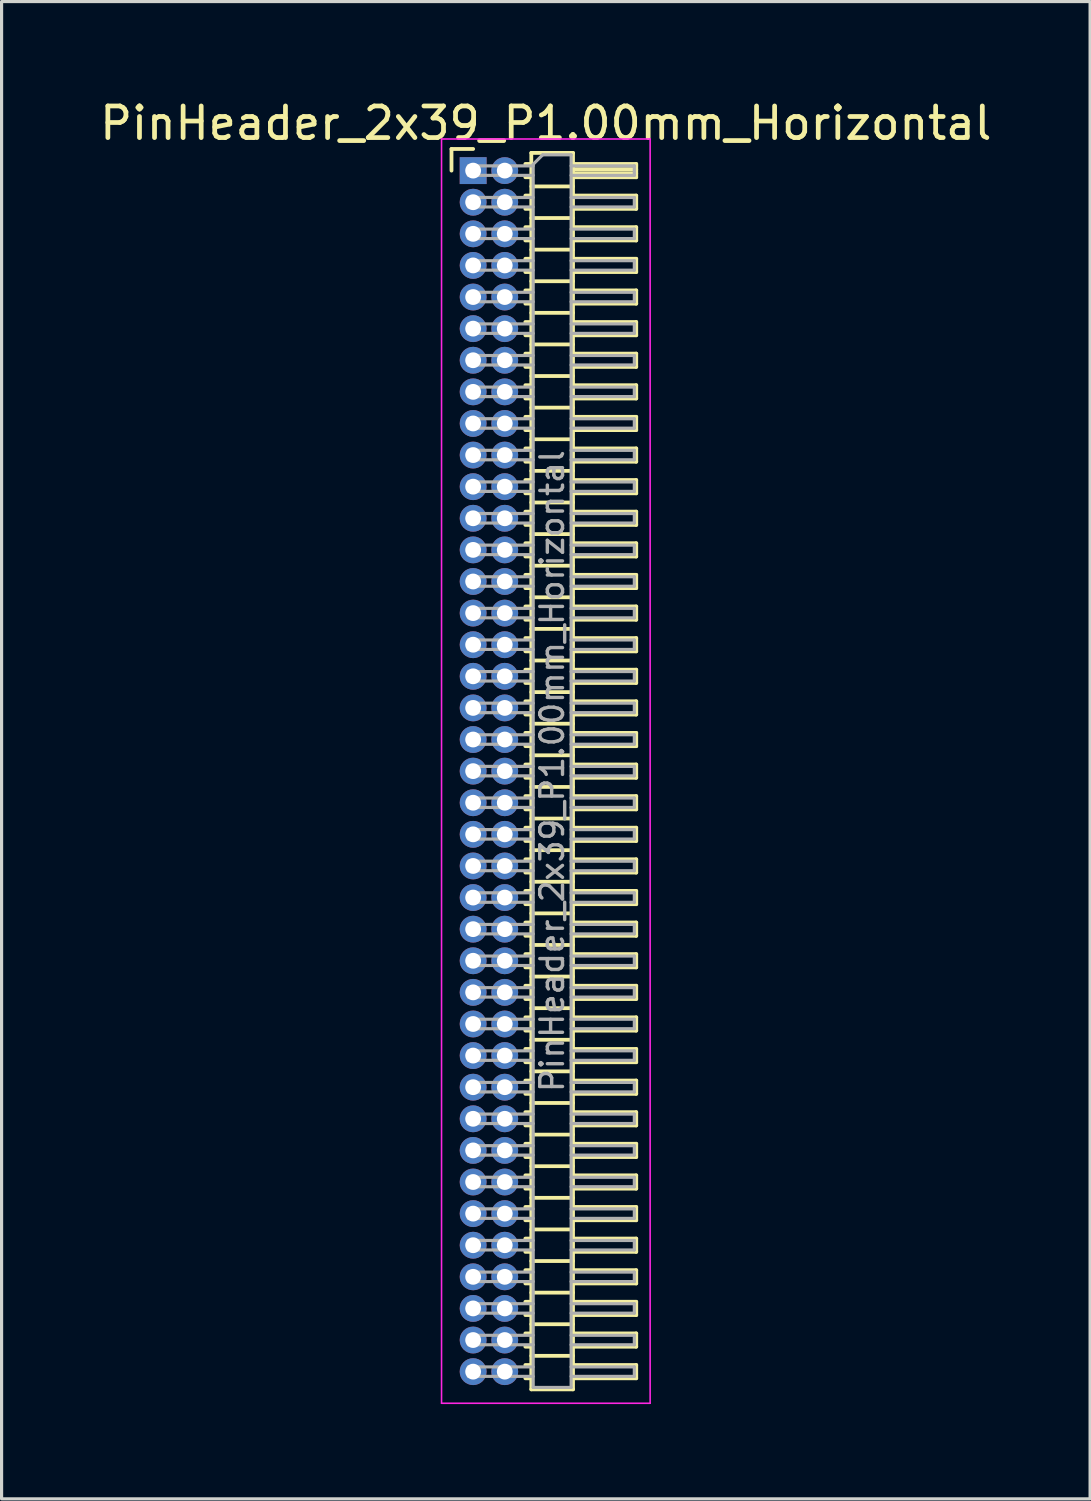
<source format=kicad_pcb>
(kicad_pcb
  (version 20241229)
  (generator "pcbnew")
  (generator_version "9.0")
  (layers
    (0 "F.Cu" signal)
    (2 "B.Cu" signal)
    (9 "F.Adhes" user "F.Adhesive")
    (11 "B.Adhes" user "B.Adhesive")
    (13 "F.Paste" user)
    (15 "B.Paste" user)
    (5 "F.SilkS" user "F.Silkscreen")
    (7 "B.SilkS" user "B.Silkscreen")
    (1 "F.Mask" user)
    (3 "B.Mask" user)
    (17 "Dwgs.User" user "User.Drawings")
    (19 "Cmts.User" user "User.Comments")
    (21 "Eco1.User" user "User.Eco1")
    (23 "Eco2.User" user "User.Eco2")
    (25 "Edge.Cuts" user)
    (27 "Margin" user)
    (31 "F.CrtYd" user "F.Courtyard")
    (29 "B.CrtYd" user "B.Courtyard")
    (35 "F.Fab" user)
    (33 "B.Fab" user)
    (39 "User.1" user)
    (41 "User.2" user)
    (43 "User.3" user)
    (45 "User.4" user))
  (footprint "PinHeader_2x39_P1.00mm_Horizontal"
    (layer "F.Cu")
    (at 11.92 2.348)
    (property "Reference" "PinHeader_2x39_P1.00mm_Horizontal" (at 2.3 -1.5 0) (layer "F.SilkS") (effects (font (size 1 1) (thickness 0.15))))
    (attr through_hole)
    (fp_line (start -0.685 -0.685) (end 0 -0.685) (stroke (width 0.12) (type solid)) (layer "F.SilkS"))
    (fp_line (start -0.685 0) (end -0.685 -0.685) (stroke (width 0.12) (type solid)) (layer "F.SilkS"))
    (fp_line (start 1.652 -0.21) (end 1.84 -0.21) (stroke (width 0.12) (type solid)) (layer "F.SilkS"))
    (fp_line (start 1.652 0.21) (end 1.84 0.21) (stroke (width 0.12) (type solid)) (layer "F.SilkS"))
    (fp_line (start 1.652 0.79) (end 1.84 0.79) (stroke (width 0.12) (type solid)) (layer "F.SilkS"))
    (fp_line (start 1.652 1.21) (end 1.84 1.21) (stroke (width 0.12) (type solid)) (layer "F.SilkS"))
    (fp_line (start 1.652 1.79) (end 1.84 1.79) (stroke (width 0.12) (type solid)) (layer "F.SilkS"))
    (fp_line (start 1.652 2.21) (end 1.84 2.21) (stroke (width 0.12) (type solid)) (layer "F.SilkS"))
    (fp_line (start 1.652 2.79) (end 1.84 2.79) (stroke (width 0.12) (type solid)) (layer "F.SilkS"))
    (fp_line (start 1.652 3.21) (end 1.84 3.21) (stroke (width 0.12) (type solid)) (layer "F.SilkS"))
    (fp_line (start 1.652 3.79) (end 1.84 3.79) (stroke (width 0.12) (type solid)) (layer "F.SilkS"))
    (fp_line (start 1.652 4.21) (end 1.84 4.21) (stroke (width 0.12) (type solid)) (layer "F.SilkS"))
    (fp_line (start 1.652 4.79) (end 1.84 4.79) (stroke (width 0.12) (type solid)) (layer "F.SilkS"))
    (fp_line (start 1.652 5.21) (end 1.84 5.21) (stroke (width 0.12) (type solid)) (layer "F.SilkS"))
    (fp_line (start 1.652 5.79) (end 1.84 5.79) (stroke (width 0.12) (type solid)) (layer "F.SilkS"))
    (fp_line (start 1.652 6.21) (end 1.84 6.21) (stroke (width 0.12) (type solid)) (layer "F.SilkS"))
    (fp_line (start 1.652 6.79) (end 1.84 6.79) (stroke (width 0.12) (type solid)) (layer "F.SilkS"))
    (fp_line (start 1.652 7.21) (end 1.84 7.21) (stroke (width 0.12) (type solid)) (layer "F.SilkS"))
    (fp_line (start 1.652 7.79) (end 1.84 7.79) (stroke (width 0.12) (type solid)) (layer "F.SilkS"))
    (fp_line (start 1.652 8.21) (end 1.84 8.21) (stroke (width 0.12) (type solid)) (layer "F.SilkS"))
    (fp_line (start 1.652 8.79) (end 1.84 8.79) (stroke (width 0.12) (type solid)) (layer "F.SilkS"))
    (fp_line (start 1.652 9.21) (end 1.84 9.21) (stroke (width 0.12) (type solid)) (layer "F.SilkS"))
    (fp_line (start 1.652 9.79) (end 1.84 9.79) (stroke (width 0.12) (type solid)) (layer "F.SilkS"))
    (fp_line (start 1.652 10.21) (end 1.84 10.21) (stroke (width 0.12) (type solid)) (layer "F.SilkS"))
    (fp_line (start 1.652 10.79) (end 1.84 10.79) (stroke (width 0.12) (type solid)) (layer "F.SilkS"))
    (fp_line (start 1.652 11.21) (end 1.84 11.21) (stroke (width 0.12) (type solid)) (layer "F.SilkS"))
    (fp_line (start 1.652 11.79) (end 1.84 11.79) (stroke (width 0.12) (type solid)) (layer "F.SilkS"))
    (fp_line (start 1.652 12.21) (end 1.84 12.21) (stroke (width 0.12) (type solid)) (layer "F.SilkS"))
    (fp_line (start 1.652 12.79) (end 1.84 12.79) (stroke (width 0.12) (type solid)) (layer "F.SilkS"))
    (fp_line (start 1.652 13.21) (end 1.84 13.21) (stroke (width 0.12) (type solid)) (layer "F.SilkS"))
    (fp_line (start 1.652 13.79) (end 1.84 13.79) (stroke (width 0.12) (type solid)) (layer "F.SilkS"))
    (fp_line (start 1.652 14.21) (end 1.84 14.21) (stroke (width 0.12) (type solid)) (layer "F.SilkS"))
    (fp_line (start 1.652 14.79) (end 1.84 14.79) (stroke (width 0.12) (type solid)) (layer "F.SilkS"))
    (fp_line (start 1.652 15.21) (end 1.84 15.21) (stroke (width 0.12) (type solid)) (layer "F.SilkS"))
    (fp_line (start 1.652 15.79) (end 1.84 15.79) (stroke (width 0.12) (type solid)) (layer "F.SilkS"))
    (fp_line (start 1.652 16.21) (end 1.84 16.21) (stroke (width 0.12) (type solid)) (layer "F.SilkS"))
    (fp_line (start 1.652 16.79) (end 1.84 16.79) (stroke (width 0.12) (type solid)) (layer "F.SilkS"))
    (fp_line (start 1.652 17.21) (end 1.84 17.21) (stroke (width 0.12) (type solid)) (layer "F.SilkS"))
    (fp_line (start 1.652 17.79) (end 1.84 17.79) (stroke (width 0.12) (type solid)) (layer "F.SilkS"))
    (fp_line (start 1.652 18.21) (end 1.84 18.21) (stroke (width 0.12) (type solid)) (layer "F.SilkS"))
    (fp_line (start 1.652 18.79) (end 1.84 18.79) (stroke (width 0.12) (type solid)) (layer "F.SilkS"))
    (fp_line (start 1.652 19.21) (end 1.84 19.21) (stroke (width 0.12) (type solid)) (layer "F.SilkS"))
    (fp_line (start 1.652 19.79) (end 1.84 19.79) (stroke (width 0.12) (type solid)) (layer "F.SilkS"))
    (fp_line (start 1.652 20.21) (end 1.84 20.21) (stroke (width 0.12) (type solid)) (layer "F.SilkS"))
    (fp_line (start 1.652 20.79) (end 1.84 20.79) (stroke (width 0.12) (type solid)) (layer "F.SilkS"))
    (fp_line (start 1.652 21.21) (end 1.84 21.21) (stroke (width 0.12) (type solid)) (layer "F.SilkS"))
    (fp_line (start 1.652 21.79) (end 1.84 21.79) (stroke (width 0.12) (type solid)) (layer "F.SilkS"))
    (fp_line (start 1.652 22.21) (end 1.84 22.21) (stroke (width 0.12) (type solid)) (layer "F.SilkS"))
    (fp_line (start 1.652 22.79) (end 1.84 22.79) (stroke (width 0.12) (type solid)) (layer "F.SilkS"))
    (fp_line (start 1.652 23.21) (end 1.84 23.21) (stroke (width 0.12) (type solid)) (layer "F.SilkS"))
    (fp_line (start 1.652 23.79) (end 1.84 23.79) (stroke (width 0.12) (type solid)) (layer "F.SilkS"))
    (fp_line (start 1.652 24.21) (end 1.84 24.21) (stroke (width 0.12) (type solid)) (layer "F.SilkS"))
    (fp_line (start 1.652 24.79) (end 1.84 24.79) (stroke (width 0.12) (type solid)) (layer "F.SilkS"))
    (fp_line (start 1.652 25.21) (end 1.84 25.21) (stroke (width 0.12) (type solid)) (layer "F.SilkS"))
    (fp_line (start 1.652 25.79) (end 1.84 25.79) (stroke (width 0.12) (type solid)) (layer "F.SilkS"))
    (fp_line (start 1.652 26.21) (end 1.84 26.21) (stroke (width 0.12) (type solid)) (layer "F.SilkS"))
    (fp_line (start 1.652 26.79) (end 1.84 26.79) (stroke (width 0.12) (type solid)) (layer "F.SilkS"))
    (fp_line (start 1.652 27.21) (end 1.84 27.21) (stroke (width 0.12) (type solid)) (layer "F.SilkS"))
    (fp_line (start 1.652 27.79) (end 1.84 27.79) (stroke (width 0.12) (type solid)) (layer "F.SilkS"))
    (fp_line (start 1.652 28.21) (end 1.84 28.21) (stroke (width 0.12) (type solid)) (layer "F.SilkS"))
    (fp_line (start 1.652 28.79) (end 1.84 28.79) (stroke (width 0.12) (type solid)) (layer "F.SilkS"))
    (fp_line (start 1.652 29.21) (end 1.84 29.21) (stroke (width 0.12) (type solid)) (layer "F.SilkS"))
    (fp_line (start 1.652 29.79) (end 1.84 29.79) (stroke (width 0.12) (type solid)) (layer "F.SilkS"))
    (fp_line (start 1.652 30.21) (end 1.84 30.21) (stroke (width 0.12) (type solid)) (layer "F.SilkS"))
    (fp_line (start 1.652 30.79) (end 1.84 30.79) (stroke (width 0.12) (type solid)) (layer "F.SilkS"))
    (fp_line (start 1.652 31.21) (end 1.84 31.21) (stroke (width 0.12) (type solid)) (layer "F.SilkS"))
    (fp_line (start 1.652 31.79) (end 1.84 31.79) (stroke (width 0.12) (type solid)) (layer "F.SilkS"))
    (fp_line (start 1.652 32.21) (end 1.84 32.21) (stroke (width 0.12) (type solid)) (layer "F.SilkS"))
    (fp_line (start 1.652 32.79) (end 1.84 32.79) (stroke (width 0.12) (type solid)) (layer "F.SilkS"))
    (fp_line (start 1.652 33.21) (end 1.84 33.21) (stroke (width 0.12) (type solid)) (layer "F.SilkS"))
    (fp_line (start 1.652 33.79) (end 1.84 33.79) (stroke (width 0.12) (type solid)) (layer "F.SilkS"))
    (fp_line (start 1.652 34.21) (end 1.84 34.21) (stroke (width 0.12) (type solid)) (layer "F.SilkS"))
    (fp_line (start 1.652 34.79) (end 1.84 34.79) (stroke (width 0.12) (type solid)) (layer "F.SilkS"))
    (fp_line (start 1.652 35.21) (end 1.84 35.21) (stroke (width 0.12) (type solid)) (layer "F.SilkS"))
    (fp_line (start 1.652 35.79) (end 1.84 35.79) (stroke (width 0.12) (type solid)) (layer "F.SilkS"))
    (fp_line (start 1.652 36.21) (end 1.84 36.21) (stroke (width 0.12) (type solid)) (layer "F.SilkS"))
    (fp_line (start 1.652 36.79) (end 1.84 36.79) (stroke (width 0.12) (type solid)) (layer "F.SilkS"))
    (fp_line (start 1.652 37.21) (end 1.84 37.21) (stroke (width 0.12) (type solid)) (layer "F.SilkS"))
    (fp_line (start 1.652 37.79) (end 1.84 37.79) (stroke (width 0.12) (type solid)) (layer "F.SilkS"))
    (fp_line (start 1.652 38.21) (end 1.84 38.21) (stroke (width 0.12) (type solid)) (layer "F.SilkS"))
    (fp_line (start 1.84 -0.56) (end 1.84 38.56) (stroke (width 0.12) (type solid)) (layer "F.SilkS"))
    (fp_line (start 1.84 0.5) (end 3.16 0.5) (stroke (width 0.12) (type solid)) (layer "F.SilkS"))
    (fp_line (start 1.84 1.5) (end 3.16 1.5) (stroke (width 0.12) (type solid)) (layer "F.SilkS"))
    (fp_line (start 1.84 2.5) (end 3.16 2.5) (stroke (width 0.12) (type solid)) (layer "F.SilkS"))
    (fp_line (start 1.84 3.5) (end 3.16 3.5) (stroke (width 0.12) (type solid)) (layer "F.SilkS"))
    (fp_line (start 1.84 4.5) (end 3.16 4.5) (stroke (width 0.12) (type solid)) (layer "F.SilkS"))
    (fp_line (start 1.84 5.5) (end 3.16 5.5) (stroke (width 0.12) (type solid)) (layer "F.SilkS"))
    (fp_line (start 1.84 6.5) (end 3.16 6.5) (stroke (width 0.12) (type solid)) (layer "F.SilkS"))
    (fp_line (start 1.84 7.5) (end 3.16 7.5) (stroke (width 0.12) (type solid)) (layer "F.SilkS"))
    (fp_line (start 1.84 8.5) (end 3.16 8.5) (stroke (width 0.12) (type solid)) (layer "F.SilkS"))
    (fp_line (start 1.84 9.5) (end 3.16 9.5) (stroke (width 0.12) (type solid)) (layer "F.SilkS"))
    (fp_line (start 1.84 10.5) (end 3.16 10.5) (stroke (width 0.12) (type solid)) (layer "F.SilkS"))
    (fp_line (start 1.84 11.5) (end 3.16 11.5) (stroke (width 0.12) (type solid)) (layer "F.SilkS"))
    (fp_line (start 1.84 12.5) (end 3.16 12.5) (stroke (width 0.12) (type solid)) (layer "F.SilkS"))
    (fp_line (start 1.84 13.5) (end 3.16 13.5) (stroke (width 0.12) (type solid)) (layer "F.SilkS"))
    (fp_line (start 1.84 14.5) (end 3.16 14.5) (stroke (width 0.12) (type solid)) (layer "F.SilkS"))
    (fp_line (start 1.84 15.5) (end 3.16 15.5) (stroke (width 0.12) (type solid)) (layer "F.SilkS"))
    (fp_line (start 1.84 16.5) (end 3.16 16.5) (stroke (width 0.12) (type solid)) (layer "F.SilkS"))
    (fp_line (start 1.84 17.5) (end 3.16 17.5) (stroke (width 0.12) (type solid)) (layer "F.SilkS"))
    (fp_line (start 1.84 18.5) (end 3.16 18.5) (stroke (width 0.12) (type solid)) (layer "F.SilkS"))
    (fp_line (start 1.84 19.5) (end 3.16 19.5) (stroke (width 0.12) (type solid)) (layer "F.SilkS"))
    (fp_line (start 1.84 20.5) (end 3.16 20.5) (stroke (width 0.12) (type solid)) (layer "F.SilkS"))
    (fp_line (start 1.84 21.5) (end 3.16 21.5) (stroke (width 0.12) (type solid)) (layer "F.SilkS"))
    (fp_line (start 1.84 22.5) (end 3.16 22.5) (stroke (width 0.12) (type solid)) (layer "F.SilkS"))
    (fp_line (start 1.84 23.5) (end 3.16 23.5) (stroke (width 0.12) (type solid)) (layer "F.SilkS"))
    (fp_line (start 1.84 24.5) (end 3.16 24.5) (stroke (width 0.12) (type solid)) (layer "F.SilkS"))
    (fp_line (start 1.84 25.5) (end 3.16 25.5) (stroke (width 0.12) (type solid)) (layer "F.SilkS"))
    (fp_line (start 1.84 26.5) (end 3.16 26.5) (stroke (width 0.12) (type solid)) (layer "F.SilkS"))
    (fp_line (start 1.84 27.5) (end 3.16 27.5) (stroke (width 0.12) (type solid)) (layer "F.SilkS"))
    (fp_line (start 1.84 28.5) (end 3.16 28.5) (stroke (width 0.12) (type solid)) (layer "F.SilkS"))
    (fp_line (start 1.84 29.5) (end 3.16 29.5) (stroke (width 0.12) (type solid)) (layer "F.SilkS"))
    (fp_line (start 1.84 30.5) (end 3.16 30.5) (stroke (width 0.12) (type solid)) (layer "F.SilkS"))
    (fp_line (start 1.84 31.5) (end 3.16 31.5) (stroke (width 0.12) (type solid)) (layer "F.SilkS"))
    (fp_line (start 1.84 32.5) (end 3.16 32.5) (stroke (width 0.12) (type solid)) (layer "F.SilkS"))
    (fp_line (start 1.84 33.5) (end 3.16 33.5) (stroke (width 0.12) (type solid)) (layer "F.SilkS"))
    (fp_line (start 1.84 34.5) (end 3.16 34.5) (stroke (width 0.12) (type solid)) (layer "F.SilkS"))
    (fp_line (start 1.84 35.5) (end 3.16 35.5) (stroke (width 0.12) (type solid)) (layer "F.SilkS"))
    (fp_line (start 1.84 36.5) (end 3.16 36.5) (stroke (width 0.12) (type solid)) (layer "F.SilkS"))
    (fp_line (start 1.84 37.5) (end 3.16 37.5) (stroke (width 0.12) (type solid)) (layer "F.SilkS"))
    (fp_line (start 1.84 38.56) (end 3.16 38.56) (stroke (width 0.12) (type solid)) (layer "F.SilkS"))
    (fp_line (start 3.16 -0.56) (end 1.84 -0.56) (stroke (width 0.12) (type solid)) (layer "F.SilkS"))
    (fp_line (start 3.16 -0.21) (end 5.16 -0.21) (stroke (width 0.12) (type solid)) (layer "F.SilkS"))
    (fp_line (start 3.16 -0.15) (end 5.16 -0.15) (stroke (width 0.12) (type solid)) (layer "F.SilkS"))
    (fp_line (start 3.16 -0.03) (end 5.16 -0.03) (stroke (width 0.12) (type solid)) (layer "F.SilkS"))
    (fp_line (start 3.16 0.09) (end 5.16 0.09) (stroke (width 0.12) (type solid)) (layer "F.SilkS"))
    (fp_line (start 3.16 0.79) (end 5.16 0.79) (stroke (width 0.12) (type solid)) (layer "F.SilkS"))
    (fp_line (start 3.16 1.79) (end 5.16 1.79) (stroke (width 0.12) (type solid)) (layer "F.SilkS"))
    (fp_line (start 3.16 2.79) (end 5.16 2.79) (stroke (width 0.12) (type solid)) (layer "F.SilkS"))
    (fp_line (start 3.16 3.79) (end 5.16 3.79) (stroke (width 0.12) (type solid)) (layer "F.SilkS"))
    (fp_line (start 3.16 4.79) (end 5.16 4.79) (stroke (width 0.12) (type solid)) (layer "F.SilkS"))
    (fp_line (start 3.16 5.79) (end 5.16 5.79) (stroke (width 0.12) (type solid)) (layer "F.SilkS"))
    (fp_line (start 3.16 6.79) (end 5.16 6.79) (stroke (width 0.12) (type solid)) (layer "F.SilkS"))
    (fp_line (start 3.16 7.79) (end 5.16 7.79) (stroke (width 0.12) (type solid)) (layer "F.SilkS"))
    (fp_line (start 3.16 8.79) (end 5.16 8.79) (stroke (width 0.12) (type solid)) (layer "F.SilkS"))
    (fp_line (start 3.16 9.79) (end 5.16 9.79) (stroke (width 0.12) (type solid)) (layer "F.SilkS"))
    (fp_line (start 3.16 10.79) (end 5.16 10.79) (stroke (width 0.12) (type solid)) (layer "F.SilkS"))
    (fp_line (start 3.16 11.79) (end 5.16 11.79) (stroke (width 0.12) (type solid)) (layer "F.SilkS"))
    (fp_line (start 3.16 12.79) (end 5.16 12.79) (stroke (width 0.12) (type solid)) (layer "F.SilkS"))
    (fp_line (start 3.16 13.79) (end 5.16 13.79) (stroke (width 0.12) (type solid)) (layer "F.SilkS"))
    (fp_line (start 3.16 14.79) (end 5.16 14.79) (stroke (width 0.12) (type solid)) (layer "F.SilkS"))
    (fp_line (start 3.16 15.79) (end 5.16 15.79) (stroke (width 0.12) (type solid)) (layer "F.SilkS"))
    (fp_line (start 3.16 16.79) (end 5.16 16.79) (stroke (width 0.12) (type solid)) (layer "F.SilkS"))
    (fp_line (start 3.16 17.79) (end 5.16 17.79) (stroke (width 0.12) (type solid)) (layer "F.SilkS"))
    (fp_line (start 3.16 18.79) (end 5.16 18.79) (stroke (width 0.12) (type solid)) (layer "F.SilkS"))
    (fp_line (start 3.16 19.79) (end 5.16 19.79) (stroke (width 0.12) (type solid)) (layer "F.SilkS"))
    (fp_line (start 3.16 20.79) (end 5.16 20.79) (stroke (width 0.12) (type solid)) (layer "F.SilkS"))
    (fp_line (start 3.16 21.79) (end 5.16 21.79) (stroke (width 0.12) (type solid)) (layer "F.SilkS"))
    (fp_line (start 3.16 22.79) (end 5.16 22.79) (stroke (width 0.12) (type solid)) (layer "F.SilkS"))
    (fp_line (start 3.16 23.79) (end 5.16 23.79) (stroke (width 0.12) (type solid)) (layer "F.SilkS"))
    (fp_line (start 3.16 24.79) (end 5.16 24.79) (stroke (width 0.12) (type solid)) (layer "F.SilkS"))
    (fp_line (start 3.16 25.79) (end 5.16 25.79) (stroke (width 0.12) (type solid)) (layer "F.SilkS"))
    (fp_line (start 3.16 26.79) (end 5.16 26.79) (stroke (width 0.12) (type solid)) (layer "F.SilkS"))
    (fp_line (start 3.16 27.79) (end 5.16 27.79) (stroke (width 0.12) (type solid)) (layer "F.SilkS"))
    (fp_line (start 3.16 28.79) (end 5.16 28.79) (stroke (width 0.12) (type solid)) (layer "F.SilkS"))
    (fp_line (start 3.16 29.79) (end 5.16 29.79) (stroke (width 0.12) (type solid)) (layer "F.SilkS"))
    (fp_line (start 3.16 30.79) (end 5.16 30.79) (stroke (width 0.12) (type solid)) (layer "F.SilkS"))
    (fp_line (start 3.16 31.79) (end 5.16 31.79) (stroke (width 0.12) (type solid)) (layer "F.SilkS"))
    (fp_line (start 3.16 32.79) (end 5.16 32.79) (stroke (width 0.12) (type solid)) (layer "F.SilkS"))
    (fp_line (start 3.16 33.79) (end 5.16 33.79) (stroke (width 0.12) (type solid)) (layer "F.SilkS"))
    (fp_line (start 3.16 34.79) (end 5.16 34.79) (stroke (width 0.12) (type solid)) (layer "F.SilkS"))
    (fp_line (start 3.16 35.79) (end 5.16 35.79) (stroke (width 0.12) (type solid)) (layer "F.SilkS"))
    (fp_line (start 3.16 36.79) (end 5.16 36.79) (stroke (width 0.12) (type solid)) (layer "F.SilkS"))
    (fp_line (start 3.16 37.79) (end 5.16 37.79) (stroke (width 0.12) (type solid)) (layer "F.SilkS"))
    (fp_line (start 3.16 38.56) (end 3.16 -0.56) (stroke (width 0.12) (type solid)) (layer "F.SilkS"))
    (fp_line (start 5.16 -0.21) (end 5.16 0.21) (stroke (width 0.12) (type solid)) (layer "F.SilkS"))
    (fp_line (start 5.16 0.21) (end 3.16 0.21) (stroke (width 0.12) (type solid)) (layer "F.SilkS"))
    (fp_line (start 5.16 0.79) (end 5.16 1.21) (stroke (width 0.12) (type solid)) (layer "F.SilkS"))
    (fp_line (start 5.16 1.21) (end 3.16 1.21) (stroke (width 0.12) (type solid)) (layer "F.SilkS"))
    (fp_line (start 5.16 1.79) (end 5.16 2.21) (stroke (width 0.12) (type solid)) (layer "F.SilkS"))
    (fp_line (start 5.16 2.21) (end 3.16 2.21) (stroke (width 0.12) (type solid)) (layer "F.SilkS"))
    (fp_line (start 5.16 2.79) (end 5.16 3.21) (stroke (width 0.12) (type solid)) (layer "F.SilkS"))
    (fp_line (start 5.16 3.21) (end 3.16 3.21) (stroke (width 0.12) (type solid)) (layer "F.SilkS"))
    (fp_line (start 5.16 3.79) (end 5.16 4.21) (stroke (width 0.12) (type solid)) (layer "F.SilkS"))
    (fp_line (start 5.16 4.21) (end 3.16 4.21) (stroke (width 0.12) (type solid)) (layer "F.SilkS"))
    (fp_line (start 5.16 4.79) (end 5.16 5.21) (stroke (width 0.12) (type solid)) (layer "F.SilkS"))
    (fp_line (start 5.16 5.21) (end 3.16 5.21) (stroke (width 0.12) (type solid)) (layer "F.SilkS"))
    (fp_line (start 5.16 5.79) (end 5.16 6.21) (stroke (width 0.12) (type solid)) (layer "F.SilkS"))
    (fp_line (start 5.16 6.21) (end 3.16 6.21) (stroke (width 0.12) (type solid)) (layer "F.SilkS"))
    (fp_line (start 5.16 6.79) (end 5.16 7.21) (stroke (width 0.12) (type solid)) (layer "F.SilkS"))
    (fp_line (start 5.16 7.21) (end 3.16 7.21) (stroke (width 0.12) (type solid)) (layer "F.SilkS"))
    (fp_line (start 5.16 7.79) (end 5.16 8.21) (stroke (width 0.12) (type solid)) (layer "F.SilkS"))
    (fp_line (start 5.16 8.21) (end 3.16 8.21) (stroke (width 0.12) (type solid)) (layer "F.SilkS"))
    (fp_line (start 5.16 8.79) (end 5.16 9.21) (stroke (width 0.12) (type solid)) (layer "F.SilkS"))
    (fp_line (start 5.16 9.21) (end 3.16 9.21) (stroke (width 0.12) (type solid)) (layer "F.SilkS"))
    (fp_line (start 5.16 9.79) (end 5.16 10.21) (stroke (width 0.12) (type solid)) (layer "F.SilkS"))
    (fp_line (start 5.16 10.21) (end 3.16 10.21) (stroke (width 0.12) (type solid)) (layer "F.SilkS"))
    (fp_line (start 5.16 10.79) (end 5.16 11.21) (stroke (width 0.12) (type solid)) (layer "F.SilkS"))
    (fp_line (start 5.16 11.21) (end 3.16 11.21) (stroke (width 0.12) (type solid)) (layer "F.SilkS"))
    (fp_line (start 5.16 11.79) (end 5.16 12.21) (stroke (width 0.12) (type solid)) (layer "F.SilkS"))
    (fp_line (start 5.16 12.21) (end 3.16 12.21) (stroke (width 0.12) (type solid)) (layer "F.SilkS"))
    (fp_line (start 5.16 12.79) (end 5.16 13.21) (stroke (width 0.12) (type solid)) (layer "F.SilkS"))
    (fp_line (start 5.16 13.21) (end 3.16 13.21) (stroke (width 0.12) (type solid)) (layer "F.SilkS"))
    (fp_line (start 5.16 13.79) (end 5.16 14.21) (stroke (width 0.12) (type solid)) (layer "F.SilkS"))
    (fp_line (start 5.16 14.21) (end 3.16 14.21) (stroke (width 0.12) (type solid)) (layer "F.SilkS"))
    (fp_line (start 5.16 14.79) (end 5.16 15.21) (stroke (width 0.12) (type solid)) (layer "F.SilkS"))
    (fp_line (start 5.16 15.21) (end 3.16 15.21) (stroke (width 0.12) (type solid)) (layer "F.SilkS"))
    (fp_line (start 5.16 15.79) (end 5.16 16.21) (stroke (width 0.12) (type solid)) (layer "F.SilkS"))
    (fp_line (start 5.16 16.21) (end 3.16 16.21) (stroke (width 0.12) (type solid)) (layer "F.SilkS"))
    (fp_line (start 5.16 16.79) (end 5.16 17.21) (stroke (width 0.12) (type solid)) (layer "F.SilkS"))
    (fp_line (start 5.16 17.21) (end 3.16 17.21) (stroke (width 0.12) (type solid)) (layer "F.SilkS"))
    (fp_line (start 5.16 17.79) (end 5.16 18.21) (stroke (width 0.12) (type solid)) (layer "F.SilkS"))
    (fp_line (start 5.16 18.21) (end 3.16 18.21) (stroke (width 0.12) (type solid)) (layer "F.SilkS"))
    (fp_line (start 5.16 18.79) (end 5.16 19.21) (stroke (width 0.12) (type solid)) (layer "F.SilkS"))
    (fp_line (start 5.16 19.21) (end 3.16 19.21) (stroke (width 0.12) (type solid)) (layer "F.SilkS"))
    (fp_line (start 5.16 19.79) (end 5.16 20.21) (stroke (width 0.12) (type solid)) (layer "F.SilkS"))
    (fp_line (start 5.16 20.21) (end 3.16 20.21) (stroke (width 0.12) (type solid)) (layer "F.SilkS"))
    (fp_line (start 5.16 20.79) (end 5.16 21.21) (stroke (width 0.12) (type solid)) (layer "F.SilkS"))
    (fp_line (start 5.16 21.21) (end 3.16 21.21) (stroke (width 0.12) (type solid)) (layer "F.SilkS"))
    (fp_line (start 5.16 21.79) (end 5.16 22.21) (stroke (width 0.12) (type solid)) (layer "F.SilkS"))
    (fp_line (start 5.16 22.21) (end 3.16 22.21) (stroke (width 0.12) (type solid)) (layer "F.SilkS"))
    (fp_line (start 5.16 22.79) (end 5.16 23.21) (stroke (width 0.12) (type solid)) (layer "F.SilkS"))
    (fp_line (start 5.16 23.21) (end 3.16 23.21) (stroke (width 0.12) (type solid)) (layer "F.SilkS"))
    (fp_line (start 5.16 23.79) (end 5.16 24.21) (stroke (width 0.12) (type solid)) (layer "F.SilkS"))
    (fp_line (start 5.16 24.21) (end 3.16 24.21) (stroke (width 0.12) (type solid)) (layer "F.SilkS"))
    (fp_line (start 5.16 24.79) (end 5.16 25.21) (stroke (width 0.12) (type solid)) (layer "F.SilkS"))
    (fp_line (start 5.16 25.21) (end 3.16 25.21) (stroke (width 0.12) (type solid)) (layer "F.SilkS"))
    (fp_line (start 5.16 25.79) (end 5.16 26.21) (stroke (width 0.12) (type solid)) (layer "F.SilkS"))
    (fp_line (start 5.16 26.21) (end 3.16 26.21) (stroke (width 0.12) (type solid)) (layer "F.SilkS"))
    (fp_line (start 5.16 26.79) (end 5.16 27.21) (stroke (width 0.12) (type solid)) (layer "F.SilkS"))
    (fp_line (start 5.16 27.21) (end 3.16 27.21) (stroke (width 0.12) (type solid)) (layer "F.SilkS"))
    (fp_line (start 5.16 27.79) (end 5.16 28.21) (stroke (width 0.12) (type solid)) (layer "F.SilkS"))
    (fp_line (start 5.16 28.21) (end 3.16 28.21) (stroke (width 0.12) (type solid)) (layer "F.SilkS"))
    (fp_line (start 5.16 28.79) (end 5.16 29.21) (stroke (width 0.12) (type solid)) (layer "F.SilkS"))
    (fp_line (start 5.16 29.21) (end 3.16 29.21) (stroke (width 0.12) (type solid)) (layer "F.SilkS"))
    (fp_line (start 5.16 29.79) (end 5.16 30.21) (stroke (width 0.12) (type solid)) (layer "F.SilkS"))
    (fp_line (start 5.16 30.21) (end 3.16 30.21) (stroke (width 0.12) (type solid)) (layer "F.SilkS"))
    (fp_line (start 5.16 30.79) (end 5.16 31.21) (stroke (width 0.12) (type solid)) (layer "F.SilkS"))
    (fp_line (start 5.16 31.21) (end 3.16 31.21) (stroke (width 0.12) (type solid)) (layer "F.SilkS"))
    (fp_line (start 5.16 31.79) (end 5.16 32.21) (stroke (width 0.12) (type solid)) (layer "F.SilkS"))
    (fp_line (start 5.16 32.21) (end 3.16 32.21) (stroke (width 0.12) (type solid)) (layer "F.SilkS"))
    (fp_line (start 5.16 32.79) (end 5.16 33.21) (stroke (width 0.12) (type solid)) (layer "F.SilkS"))
    (fp_line (start 5.16 33.21) (end 3.16 33.21) (stroke (width 0.12) (type solid)) (layer "F.SilkS"))
    (fp_line (start 5.16 33.79) (end 5.16 34.21) (stroke (width 0.12) (type solid)) (layer "F.SilkS"))
    (fp_line (start 5.16 34.21) (end 3.16 34.21) (stroke (width 0.12) (type solid)) (layer "F.SilkS"))
    (fp_line (start 5.16 34.79) (end 5.16 35.21) (stroke (width 0.12) (type solid)) (layer "F.SilkS"))
    (fp_line (start 5.16 35.21) (end 3.16 35.21) (stroke (width 0.12) (type solid)) (layer "F.SilkS"))
    (fp_line (start 5.16 35.79) (end 5.16 36.21) (stroke (width 0.12) (type solid)) (layer "F.SilkS"))
    (fp_line (start 5.16 36.21) (end 3.16 36.21) (stroke (width 0.12) (type solid)) (layer "F.SilkS"))
    (fp_line (start 5.16 36.79) (end 5.16 37.21) (stroke (width 0.12) (type solid)) (layer "F.SilkS"))
    (fp_line (start 5.16 37.21) (end 3.16 37.21) (stroke (width 0.12) (type solid)) (layer "F.SilkS"))
    (fp_line (start 5.16 37.79) (end 5.16 38.21) (stroke (width 0.12) (type solid)) (layer "F.SilkS"))
    (fp_line (start 5.16 38.21) (end 3.16 38.21) (stroke (width 0.12) (type solid)) (layer "F.SilkS"))
    (fp_line (start -1 -1) (end -1 39) (stroke (width 0.05) (type solid)) (layer "F.CrtYd"))
    (fp_line (start -1 39) (end 5.6 39) (stroke (width 0.05) (type solid)) (layer "F.CrtYd"))
    (fp_line (start 5.6 -1) (end -1 -1) (stroke (width 0.05) (type solid)) (layer "F.CrtYd"))
    (fp_line (start 5.6 39) (end 5.6 -1) (stroke (width 0.05) (type solid)) (layer "F.CrtYd"))
    (fp_line (start -0.15 -0.15) (end -0.15 0.15) (stroke (width 0.1) (type solid)) (layer "F.Fab"))
    (fp_line (start -0.15 -0.15) (end 1.9 -0.15) (stroke (width 0.1) (type solid)) (layer "F.Fab"))
    (fp_line (start -0.15 0.15) (end 1.9 0.15) (stroke (width 0.1) (type solid)) (layer "F.Fab"))
    (fp_line (start -0.15 0.85) (end -0.15 1.15) (stroke (width 0.1) (type solid)) (layer "F.Fab"))
    (fp_line (start -0.15 0.85) (end 1.9 0.85) (stroke (width 0.1) (type solid)) (layer "F.Fab"))
    (fp_line (start -0.15 1.15) (end 1.9 1.15) (stroke (width 0.1) (type solid)) (layer "F.Fab"))
    (fp_line (start -0.15 1.85) (end -0.15 2.15) (stroke (width 0.1) (type solid)) (layer "F.Fab"))
    (fp_line (start -0.15 1.85) (end 1.9 1.85) (stroke (width 0.1) (type solid)) (layer "F.Fab"))
    (fp_line (start -0.15 2.15) (end 1.9 2.15) (stroke (width 0.1) (type solid)) (layer "F.Fab"))
    (fp_line (start -0.15 2.85) (end -0.15 3.15) (stroke (width 0.1) (type solid)) (layer "F.Fab"))
    (fp_line (start -0.15 2.85) (end 1.9 2.85) (stroke (width 0.1) (type solid)) (layer "F.Fab"))
    (fp_line (start -0.15 3.15) (end 1.9 3.15) (stroke (width 0.1) (type solid)) (layer "F.Fab"))
    (fp_line (start -0.15 3.85) (end -0.15 4.15) (stroke (width 0.1) (type solid)) (layer "F.Fab"))
    (fp_line (start -0.15 3.85) (end 1.9 3.85) (stroke (width 0.1) (type solid)) (layer "F.Fab"))
    (fp_line (start -0.15 4.15) (end 1.9 4.15) (stroke (width 0.1) (type solid)) (layer "F.Fab"))
    (fp_line (start -0.15 4.85) (end -0.15 5.15) (stroke (width 0.1) (type solid)) (layer "F.Fab"))
    (fp_line (start -0.15 4.85) (end 1.9 4.85) (stroke (width 0.1) (type solid)) (layer "F.Fab"))
    (fp_line (start -0.15 5.15) (end 1.9 5.15) (stroke (width 0.1) (type solid)) (layer "F.Fab"))
    (fp_line (start -0.15 5.85) (end -0.15 6.15) (stroke (width 0.1) (type solid)) (layer "F.Fab"))
    (fp_line (start -0.15 5.85) (end 1.9 5.85) (stroke (width 0.1) (type solid)) (layer "F.Fab"))
    (fp_line (start -0.15 6.15) (end 1.9 6.15) (stroke (width 0.1) (type solid)) (layer "F.Fab"))
    (fp_line (start -0.15 6.85) (end -0.15 7.15) (stroke (width 0.1) (type solid)) (layer "F.Fab"))
    (fp_line (start -0.15 6.85) (end 1.9 6.85) (stroke (width 0.1) (type solid)) (layer "F.Fab"))
    (fp_line (start -0.15 7.15) (end 1.9 7.15) (stroke (width 0.1) (type solid)) (layer "F.Fab"))
    (fp_line (start -0.15 7.85) (end -0.15 8.15) (stroke (width 0.1) (type solid)) (layer "F.Fab"))
    (fp_line (start -0.15 7.85) (end 1.9 7.85) (stroke (width 0.1) (type solid)) (layer "F.Fab"))
    (fp_line (start -0.15 8.15) (end 1.9 8.15) (stroke (width 0.1) (type solid)) (layer "F.Fab"))
    (fp_line (start -0.15 8.85) (end -0.15 9.15) (stroke (width 0.1) (type solid)) (layer "F.Fab"))
    (fp_line (start -0.15 8.85) (end 1.9 8.85) (stroke (width 0.1) (type solid)) (layer "F.Fab"))
    (fp_line (start -0.15 9.15) (end 1.9 9.15) (stroke (width 0.1) (type solid)) (layer "F.Fab"))
    (fp_line (start -0.15 9.85) (end -0.15 10.15) (stroke (width 0.1) (type solid)) (layer "F.Fab"))
    (fp_line (start -0.15 9.85) (end 1.9 9.85) (stroke (width 0.1) (type solid)) (layer "F.Fab"))
    (fp_line (start -0.15 10.15) (end 1.9 10.15) (stroke (width 0.1) (type solid)) (layer "F.Fab"))
    (fp_line (start -0.15 10.85) (end -0.15 11.15) (stroke (width 0.1) (type solid)) (layer "F.Fab"))
    (fp_line (start -0.15 10.85) (end 1.9 10.85) (stroke (width 0.1) (type solid)) (layer "F.Fab"))
    (fp_line (start -0.15 11.15) (end 1.9 11.15) (stroke (width 0.1) (type solid)) (layer "F.Fab"))
    (fp_line (start -0.15 11.85) (end -0.15 12.15) (stroke (width 0.1) (type solid)) (layer "F.Fab"))
    (fp_line (start -0.15 11.85) (end 1.9 11.85) (stroke (width 0.1) (type solid)) (layer "F.Fab"))
    (fp_line (start -0.15 12.15) (end 1.9 12.15) (stroke (width 0.1) (type solid)) (layer "F.Fab"))
    (fp_line (start -0.15 12.85) (end -0.15 13.15) (stroke (width 0.1) (type solid)) (layer "F.Fab"))
    (fp_line (start -0.15 12.85) (end 1.9 12.85) (stroke (width 0.1) (type solid)) (layer "F.Fab"))
    (fp_line (start -0.15 13.15) (end 1.9 13.15) (stroke (width 0.1) (type solid)) (layer "F.Fab"))
    (fp_line (start -0.15 13.85) (end -0.15 14.15) (stroke (width 0.1) (type solid)) (layer "F.Fab"))
    (fp_line (start -0.15 13.85) (end 1.9 13.85) (stroke (width 0.1) (type solid)) (layer "F.Fab"))
    (fp_line (start -0.15 14.15) (end 1.9 14.15) (stroke (width 0.1) (type solid)) (layer "F.Fab"))
    (fp_line (start -0.15 14.85) (end -0.15 15.15) (stroke (width 0.1) (type solid)) (layer "F.Fab"))
    (fp_line (start -0.15 14.85) (end 1.9 14.85) (stroke (width 0.1) (type solid)) (layer "F.Fab"))
    (fp_line (start -0.15 15.15) (end 1.9 15.15) (stroke (width 0.1) (type solid)) (layer "F.Fab"))
    (fp_line (start -0.15 15.85) (end -0.15 16.15) (stroke (width 0.1) (type solid)) (layer "F.Fab"))
    (fp_line (start -0.15 15.85) (end 1.9 15.85) (stroke (width 0.1) (type solid)) (layer "F.Fab"))
    (fp_line (start -0.15 16.15) (end 1.9 16.15) (stroke (width 0.1) (type solid)) (layer "F.Fab"))
    (fp_line (start -0.15 16.85) (end -0.15 17.15) (stroke (width 0.1) (type solid)) (layer "F.Fab"))
    (fp_line (start -0.15 16.85) (end 1.9 16.85) (stroke (width 0.1) (type solid)) (layer "F.Fab"))
    (fp_line (start -0.15 17.15) (end 1.9 17.15) (stroke (width 0.1) (type solid)) (layer "F.Fab"))
    (fp_line (start -0.15 17.85) (end -0.15 18.15) (stroke (width 0.1) (type solid)) (layer "F.Fab"))
    (fp_line (start -0.15 17.85) (end 1.9 17.85) (stroke (width 0.1) (type solid)) (layer "F.Fab"))
    (fp_line (start -0.15 18.15) (end 1.9 18.15) (stroke (width 0.1) (type solid)) (layer "F.Fab"))
    (fp_line (start -0.15 18.85) (end -0.15 19.15) (stroke (width 0.1) (type solid)) (layer "F.Fab"))
    (fp_line (start -0.15 18.85) (end 1.9 18.85) (stroke (width 0.1) (type solid)) (layer "F.Fab"))
    (fp_line (start -0.15 19.15) (end 1.9 19.15) (stroke (width 0.1) (type solid)) (layer "F.Fab"))
    (fp_line (start -0.15 19.85) (end -0.15 20.15) (stroke (width 0.1) (type solid)) (layer "F.Fab"))
    (fp_line (start -0.15 19.85) (end 1.9 19.85) (stroke (width 0.1) (type solid)) (layer "F.Fab"))
    (fp_line (start -0.15 20.15) (end 1.9 20.15) (stroke (width 0.1) (type solid)) (layer "F.Fab"))
    (fp_line (start -0.15 20.85) (end -0.15 21.15) (stroke (width 0.1) (type solid)) (layer "F.Fab"))
    (fp_line (start -0.15 20.85) (end 1.9 20.85) (stroke (width 0.1) (type solid)) (layer "F.Fab"))
    (fp_line (start -0.15 21.15) (end 1.9 21.15) (stroke (width 0.1) (type solid)) (layer "F.Fab"))
    (fp_line (start -0.15 21.85) (end -0.15 22.15) (stroke (width 0.1) (type solid)) (layer "F.Fab"))
    (fp_line (start -0.15 21.85) (end 1.9 21.85) (stroke (width 0.1) (type solid)) (layer "F.Fab"))
    (fp_line (start -0.15 22.15) (end 1.9 22.15) (stroke (width 0.1) (type solid)) (layer "F.Fab"))
    (fp_line (start -0.15 22.85) (end -0.15 23.15) (stroke (width 0.1) (type solid)) (layer "F.Fab"))
    (fp_line (start -0.15 22.85) (end 1.9 22.85) (stroke (width 0.1) (type solid)) (layer "F.Fab"))
    (fp_line (start -0.15 23.15) (end 1.9 23.15) (stroke (width 0.1) (type solid)) (layer "F.Fab"))
    (fp_line (start -0.15 23.85) (end -0.15 24.15) (stroke (width 0.1) (type solid)) (layer "F.Fab"))
    (fp_line (start -0.15 23.85) (end 1.9 23.85) (stroke (width 0.1) (type solid)) (layer "F.Fab"))
    (fp_line (start -0.15 24.15) (end 1.9 24.15) (stroke (width 0.1) (type solid)) (layer "F.Fab"))
    (fp_line (start -0.15 24.85) (end -0.15 25.15) (stroke (width 0.1) (type solid)) (layer "F.Fab"))
    (fp_line (start -0.15 24.85) (end 1.9 24.85) (stroke (width 0.1) (type solid)) (layer "F.Fab"))
    (fp_line (start -0.15 25.15) (end 1.9 25.15) (stroke (width 0.1) (type solid)) (layer "F.Fab"))
    (fp_line (start -0.15 25.85) (end -0.15 26.15) (stroke (width 0.1) (type solid)) (layer "F.Fab"))
    (fp_line (start -0.15 25.85) (end 1.9 25.85) (stroke (width 0.1) (type solid)) (layer "F.Fab"))
    (fp_line (start -0.15 26.15) (end 1.9 26.15) (stroke (width 0.1) (type solid)) (layer "F.Fab"))
    (fp_line (start -0.15 26.85) (end -0.15 27.15) (stroke (width 0.1) (type solid)) (layer "F.Fab"))
    (fp_line (start -0.15 26.85) (end 1.9 26.85) (stroke (width 0.1) (type solid)) (layer "F.Fab"))
    (fp_line (start -0.15 27.15) (end 1.9 27.15) (stroke (width 0.1) (type solid)) (layer "F.Fab"))
    (fp_line (start -0.15 27.85) (end -0.15 28.15) (stroke (width 0.1) (type solid)) (layer "F.Fab"))
    (fp_line (start -0.15 27.85) (end 1.9 27.85) (stroke (width 0.1) (type solid)) (layer "F.Fab"))
    (fp_line (start -0.15 28.15) (end 1.9 28.15) (stroke (width 0.1) (type solid)) (layer "F.Fab"))
    (fp_line (start -0.15 28.85) (end -0.15 29.15) (stroke (width 0.1) (type solid)) (layer "F.Fab"))
    (fp_line (start -0.15 28.85) (end 1.9 28.85) (stroke (width 0.1) (type solid)) (layer "F.Fab"))
    (fp_line (start -0.15 29.15) (end 1.9 29.15) (stroke (width 0.1) (type solid)) (layer "F.Fab"))
    (fp_line (start -0.15 29.85) (end -0.15 30.15) (stroke (width 0.1) (type solid)) (layer "F.Fab"))
    (fp_line (start -0.15 29.85) (end 1.9 29.85) (stroke (width 0.1) (type solid)) (layer "F.Fab"))
    (fp_line (start -0.15 30.15) (end 1.9 30.15) (stroke (width 0.1) (type solid)) (layer "F.Fab"))
    (fp_line (start -0.15 30.85) (end -0.15 31.15) (stroke (width 0.1) (type solid)) (layer "F.Fab"))
    (fp_line (start -0.15 30.85) (end 1.9 30.85) (stroke (width 0.1) (type solid)) (layer "F.Fab"))
    (fp_line (start -0.15 31.15) (end 1.9 31.15) (stroke (width 0.1) (type solid)) (layer "F.Fab"))
    (fp_line (start -0.15 31.85) (end -0.15 32.15) (stroke (width 0.1) (type solid)) (layer "F.Fab"))
    (fp_line (start -0.15 31.85) (end 1.9 31.85) (stroke (width 0.1) (type solid)) (layer "F.Fab"))
    (fp_line (start -0.15 32.15) (end 1.9 32.15) (stroke (width 0.1) (type solid)) (layer "F.Fab"))
    (fp_line (start -0.15 32.85) (end -0.15 33.15) (stroke (width 0.1) (type solid)) (layer "F.Fab"))
    (fp_line (start -0.15 32.85) (end 1.9 32.85) (stroke (width 0.1) (type solid)) (layer "F.Fab"))
    (fp_line (start -0.15 33.15) (end 1.9 33.15) (stroke (width 0.1) (type solid)) (layer "F.Fab"))
    (fp_line (start -0.15 33.85) (end -0.15 34.15) (stroke (width 0.1) (type solid)) (layer "F.Fab"))
    (fp_line (start -0.15 33.85) (end 1.9 33.85) (stroke (width 0.1) (type solid)) (layer "F.Fab"))
    (fp_line (start -0.15 34.15) (end 1.9 34.15) (stroke (width 0.1) (type solid)) (layer "F.Fab"))
    (fp_line (start -0.15 34.85) (end -0.15 35.15) (stroke (width 0.1) (type solid)) (layer "F.Fab"))
    (fp_line (start -0.15 34.85) (end 1.9 34.85) (stroke (width 0.1) (type solid)) (layer "F.Fab"))
    (fp_line (start -0.15 35.15) (end 1.9 35.15) (stroke (width 0.1) (type solid)) (layer "F.Fab"))
    (fp_line (start -0.15 35.85) (end -0.15 36.15) (stroke (width 0.1) (type solid)) (layer "F.Fab"))
    (fp_line (start -0.15 35.85) (end 1.9 35.85) (stroke (width 0.1) (type solid)) (layer "F.Fab"))
    (fp_line (start -0.15 36.15) (end 1.9 36.15) (stroke (width 0.1) (type solid)) (layer "F.Fab"))
    (fp_line (start -0.15 36.85) (end -0.15 37.15) (stroke (width 0.1) (type solid)) (layer "F.Fab"))
    (fp_line (start -0.15 36.85) (end 1.9 36.85) (stroke (width 0.1) (type solid)) (layer "F.Fab"))
    (fp_line (start -0.15 37.15) (end 1.9 37.15) (stroke (width 0.1) (type solid)) (layer "F.Fab"))
    (fp_line (start -0.15 37.85) (end -0.15 38.15) (stroke (width 0.1) (type solid)) (layer "F.Fab"))
    (fp_line (start -0.15 37.85) (end 1.9 37.85) (stroke (width 0.1) (type solid)) (layer "F.Fab"))
    (fp_line (start -0.15 38.15) (end 1.9 38.15) (stroke (width 0.1) (type solid)) (layer "F.Fab"))
    (fp_line (start 1.9 -0.2) (end 2.2 -0.5) (stroke (width 0.1) (type solid)) (layer "F.Fab"))
    (fp_line (start 1.9 38.5) (end 1.9 -0.2) (stroke (width 0.1) (type solid)) (layer "F.Fab"))
    (fp_line (start 2.2 -0.5) (end 3.1 -0.5) (stroke (width 0.1) (type solid)) (layer "F.Fab"))
    (fp_line (start 3.1 -0.5) (end 3.1 38.5) (stroke (width 0.1) (type solid)) (layer "F.Fab"))
    (fp_line (start 3.1 -0.15) (end 5.1 -0.15) (stroke (width 0.1) (type solid)) (layer "F.Fab"))
    (fp_line (start 3.1 0.15) (end 5.1 0.15) (stroke (width 0.1) (type solid)) (layer "F.Fab"))
    (fp_line (start 3.1 0.85) (end 5.1 0.85) (stroke (width 0.1) (type solid)) (layer "F.Fab"))
    (fp_line (start 3.1 1.15) (end 5.1 1.15) (stroke (width 0.1) (type solid)) (layer "F.Fab"))
    (fp_line (start 3.1 1.85) (end 5.1 1.85) (stroke (width 0.1) (type solid)) (layer "F.Fab"))
    (fp_line (start 3.1 2.15) (end 5.1 2.15) (stroke (width 0.1) (type solid)) (layer "F.Fab"))
    (fp_line (start 3.1 2.85) (end 5.1 2.85) (stroke (width 0.1) (type solid)) (layer "F.Fab"))
    (fp_line (start 3.1 3.15) (end 5.1 3.15) (stroke (width 0.1) (type solid)) (layer "F.Fab"))
    (fp_line (start 3.1 3.85) (end 5.1 3.85) (stroke (width 0.1) (type solid)) (layer "F.Fab"))
    (fp_line (start 3.1 4.15) (end 5.1 4.15) (stroke (width 0.1) (type solid)) (layer "F.Fab"))
    (fp_line (start 3.1 4.85) (end 5.1 4.85) (stroke (width 0.1) (type solid)) (layer "F.Fab"))
    (fp_line (start 3.1 5.15) (end 5.1 5.15) (stroke (width 0.1) (type solid)) (layer "F.Fab"))
    (fp_line (start 3.1 5.85) (end 5.1 5.85) (stroke (width 0.1) (type solid)) (layer "F.Fab"))
    (fp_line (start 3.1 6.15) (end 5.1 6.15) (stroke (width 0.1) (type solid)) (layer "F.Fab"))
    (fp_line (start 3.1 6.85) (end 5.1 6.85) (stroke (width 0.1) (type solid)) (layer "F.Fab"))
    (fp_line (start 3.1 7.15) (end 5.1 7.15) (stroke (width 0.1) (type solid)) (layer "F.Fab"))
    (fp_line (start 3.1 7.85) (end 5.1 7.85) (stroke (width 0.1) (type solid)) (layer "F.Fab"))
    (fp_line (start 3.1 8.15) (end 5.1 8.15) (stroke (width 0.1) (type solid)) (layer "F.Fab"))
    (fp_line (start 3.1 8.85) (end 5.1 8.85) (stroke (width 0.1) (type solid)) (layer "F.Fab"))
    (fp_line (start 3.1 9.15) (end 5.1 9.15) (stroke (width 0.1) (type solid)) (layer "F.Fab"))
    (fp_line (start 3.1 9.85) (end 5.1 9.85) (stroke (width 0.1) (type solid)) (layer "F.Fab"))
    (fp_line (start 3.1 10.15) (end 5.1 10.15) (stroke (width 0.1) (type solid)) (layer "F.Fab"))
    (fp_line (start 3.1 10.85) (end 5.1 10.85) (stroke (width 0.1) (type solid)) (layer "F.Fab"))
    (fp_line (start 3.1 11.15) (end 5.1 11.15) (stroke (width 0.1) (type solid)) (layer "F.Fab"))
    (fp_line (start 3.1 11.85) (end 5.1 11.85) (stroke (width 0.1) (type solid)) (layer "F.Fab"))
    (fp_line (start 3.1 12.15) (end 5.1 12.15) (stroke (width 0.1) (type solid)) (layer "F.Fab"))
    (fp_line (start 3.1 12.85) (end 5.1 12.85) (stroke (width 0.1) (type solid)) (layer "F.Fab"))
    (fp_line (start 3.1 13.15) (end 5.1 13.15) (stroke (width 0.1) (type solid)) (layer "F.Fab"))
    (fp_line (start 3.1 13.85) (end 5.1 13.85) (stroke (width 0.1) (type solid)) (layer "F.Fab"))
    (fp_line (start 3.1 14.15) (end 5.1 14.15) (stroke (width 0.1) (type solid)) (layer "F.Fab"))
    (fp_line (start 3.1 14.85) (end 5.1 14.85) (stroke (width 0.1) (type solid)) (layer "F.Fab"))
    (fp_line (start 3.1 15.15) (end 5.1 15.15) (stroke (width 0.1) (type solid)) (layer "F.Fab"))
    (fp_line (start 3.1 15.85) (end 5.1 15.85) (stroke (width 0.1) (type solid)) (layer "F.Fab"))
    (fp_line (start 3.1 16.15) (end 5.1 16.15) (stroke (width 0.1) (type solid)) (layer "F.Fab"))
    (fp_line (start 3.1 16.85) (end 5.1 16.85) (stroke (width 0.1) (type solid)) (layer "F.Fab"))
    (fp_line (start 3.1 17.15) (end 5.1 17.15) (stroke (width 0.1) (type solid)) (layer "F.Fab"))
    (fp_line (start 3.1 17.85) (end 5.1 17.85) (stroke (width 0.1) (type solid)) (layer "F.Fab"))
    (fp_line (start 3.1 18.15) (end 5.1 18.15) (stroke (width 0.1) (type solid)) (layer "F.Fab"))
    (fp_line (start 3.1 18.85) (end 5.1 18.85) (stroke (width 0.1) (type solid)) (layer "F.Fab"))
    (fp_line (start 3.1 19.15) (end 5.1 19.15) (stroke (width 0.1) (type solid)) (layer "F.Fab"))
    (fp_line (start 3.1 19.85) (end 5.1 19.85) (stroke (width 0.1) (type solid)) (layer "F.Fab"))
    (fp_line (start 3.1 20.15) (end 5.1 20.15) (stroke (width 0.1) (type solid)) (layer "F.Fab"))
    (fp_line (start 3.1 20.85) (end 5.1 20.85) (stroke (width 0.1) (type solid)) (layer "F.Fab"))
    (fp_line (start 3.1 21.15) (end 5.1 21.15) (stroke (width 0.1) (type solid)) (layer "F.Fab"))
    (fp_line (start 3.1 21.85) (end 5.1 21.85) (stroke (width 0.1) (type solid)) (layer "F.Fab"))
    (fp_line (start 3.1 22.15) (end 5.1 22.15) (stroke (width 0.1) (type solid)) (layer "F.Fab"))
    (fp_line (start 3.1 22.85) (end 5.1 22.85) (stroke (width 0.1) (type solid)) (layer "F.Fab"))
    (fp_line (start 3.1 23.15) (end 5.1 23.15) (stroke (width 0.1) (type solid)) (layer "F.Fab"))
    (fp_line (start 3.1 23.85) (end 5.1 23.85) (stroke (width 0.1) (type solid)) (layer "F.Fab"))
    (fp_line (start 3.1 24.15) (end 5.1 24.15) (stroke (width 0.1) (type solid)) (layer "F.Fab"))
    (fp_line (start 3.1 24.85) (end 5.1 24.85) (stroke (width 0.1) (type solid)) (layer "F.Fab"))
    (fp_line (start 3.1 25.15) (end 5.1 25.15) (stroke (width 0.1) (type solid)) (layer "F.Fab"))
    (fp_line (start 3.1 25.85) (end 5.1 25.85) (stroke (width 0.1) (type solid)) (layer "F.Fab"))
    (fp_line (start 3.1 26.15) (end 5.1 26.15) (stroke (width 0.1) (type solid)) (layer "F.Fab"))
    (fp_line (start 3.1 26.85) (end 5.1 26.85) (stroke (width 0.1) (type solid)) (layer "F.Fab"))
    (fp_line (start 3.1 27.15) (end 5.1 27.15) (stroke (width 0.1) (type solid)) (layer "F.Fab"))
    (fp_line (start 3.1 27.85) (end 5.1 27.85) (stroke (width 0.1) (type solid)) (layer "F.Fab"))
    (fp_line (start 3.1 28.15) (end 5.1 28.15) (stroke (width 0.1) (type solid)) (layer "F.Fab"))
    (fp_line (start 3.1 28.85) (end 5.1 28.85) (stroke (width 0.1) (type solid)) (layer "F.Fab"))
    (fp_line (start 3.1 29.15) (end 5.1 29.15) (stroke (width 0.1) (type solid)) (layer "F.Fab"))
    (fp_line (start 3.1 29.85) (end 5.1 29.85) (stroke (width 0.1) (type solid)) (layer "F.Fab"))
    (fp_line (start 3.1 30.15) (end 5.1 30.15) (stroke (width 0.1) (type solid)) (layer "F.Fab"))
    (fp_line (start 3.1 30.85) (end 5.1 30.85) (stroke (width 0.1) (type solid)) (layer "F.Fab"))
    (fp_line (start 3.1 31.15) (end 5.1 31.15) (stroke (width 0.1) (type solid)) (layer "F.Fab"))
    (fp_line (start 3.1 31.85) (end 5.1 31.85) (stroke (width 0.1) (type solid)) (layer "F.Fab"))
    (fp_line (start 3.1 32.15) (end 5.1 32.15) (stroke (width 0.1) (type solid)) (layer "F.Fab"))
    (fp_line (start 3.1 32.85) (end 5.1 32.85) (stroke (width 0.1) (type solid)) (layer "F.Fab"))
    (fp_line (start 3.1 33.15) (end 5.1 33.15) (stroke (width 0.1) (type solid)) (layer "F.Fab"))
    (fp_line (start 3.1 33.85) (end 5.1 33.85) (stroke (width 0.1) (type solid)) (layer "F.Fab"))
    (fp_line (start 3.1 34.15) (end 5.1 34.15) (stroke (width 0.1) (type solid)) (layer "F.Fab"))
    (fp_line (start 3.1 34.85) (end 5.1 34.85) (stroke (width 0.1) (type solid)) (layer "F.Fab"))
    (fp_line (start 3.1 35.15) (end 5.1 35.15) (stroke (width 0.1) (type solid)) (layer "F.Fab"))
    (fp_line (start 3.1 35.85) (end 5.1 35.85) (stroke (width 0.1) (type solid)) (layer "F.Fab"))
    (fp_line (start 3.1 36.15) (end 5.1 36.15) (stroke (width 0.1) (type solid)) (layer "F.Fab"))
    (fp_line (start 3.1 36.85) (end 5.1 36.85) (stroke (width 0.1) (type solid)) (layer "F.Fab"))
    (fp_line (start 3.1 37.15) (end 5.1 37.15) (stroke (width 0.1) (type solid)) (layer "F.Fab"))
    (fp_line (start 3.1 37.85) (end 5.1 37.85) (stroke (width 0.1) (type solid)) (layer "F.Fab"))
    (fp_line (start 3.1 38.15) (end 5.1 38.15) (stroke (width 0.1) (type solid)) (layer "F.Fab"))
    (fp_line (start 3.1 38.5) (end 1.9 38.5) (stroke (width 0.1) (type solid)) (layer "F.Fab"))
    (fp_line (start 5.1 -0.15) (end 5.1 0.15) (stroke (width 0.1) (type solid)) (layer "F.Fab"))
    (fp_line (start 5.1 0.85) (end 5.1 1.15) (stroke (width 0.1) (type solid)) (layer "F.Fab"))
    (fp_line (start 5.1 1.85) (end 5.1 2.15) (stroke (width 0.1) (type solid)) (layer "F.Fab"))
    (fp_line (start 5.1 2.85) (end 5.1 3.15) (stroke (width 0.1) (type solid)) (layer "F.Fab"))
    (fp_line (start 5.1 3.85) (end 5.1 4.15) (stroke (width 0.1) (type solid)) (layer "F.Fab"))
    (fp_line (start 5.1 4.85) (end 5.1 5.15) (stroke (width 0.1) (type solid)) (layer "F.Fab"))
    (fp_line (start 5.1 5.85) (end 5.1 6.15) (stroke (width 0.1) (type solid)) (layer "F.Fab"))
    (fp_line (start 5.1 6.85) (end 5.1 7.15) (stroke (width 0.1) (type solid)) (layer "F.Fab"))
    (fp_line (start 5.1 7.85) (end 5.1 8.15) (stroke (width 0.1) (type solid)) (layer "F.Fab"))
    (fp_line (start 5.1 8.85) (end 5.1 9.15) (stroke (width 0.1) (type solid)) (layer "F.Fab"))
    (fp_line (start 5.1 9.85) (end 5.1 10.15) (stroke (width 0.1) (type solid)) (layer "F.Fab"))
    (fp_line (start 5.1 10.85) (end 5.1 11.15) (stroke (width 0.1) (type solid)) (layer "F.Fab"))
    (fp_line (start 5.1 11.85) (end 5.1 12.15) (stroke (width 0.1) (type solid)) (layer "F.Fab"))
    (fp_line (start 5.1 12.85) (end 5.1 13.15) (stroke (width 0.1) (type solid)) (layer "F.Fab"))
    (fp_line (start 5.1 13.85) (end 5.1 14.15) (stroke (width 0.1) (type solid)) (layer "F.Fab"))
    (fp_line (start 5.1 14.85) (end 5.1 15.15) (stroke (width 0.1) (type solid)) (layer "F.Fab"))
    (fp_line (start 5.1 15.85) (end 5.1 16.15) (stroke (width 0.1) (type solid)) (layer "F.Fab"))
    (fp_line (start 5.1 16.85) (end 5.1 17.15) (stroke (width 0.1) (type solid)) (layer "F.Fab"))
    (fp_line (start 5.1 17.85) (end 5.1 18.15) (stroke (width 0.1) (type solid)) (layer "F.Fab"))
    (fp_line (start 5.1 18.85) (end 5.1 19.15) (stroke (width 0.1) (type solid)) (layer "F.Fab"))
    (fp_line (start 5.1 19.85) (end 5.1 20.15) (stroke (width 0.1) (type solid)) (layer "F.Fab"))
    (fp_line (start 5.1 20.85) (end 5.1 21.15) (stroke (width 0.1) (type solid)) (layer "F.Fab"))
    (fp_line (start 5.1 21.85) (end 5.1 22.15) (stroke (width 0.1) (type solid)) (layer "F.Fab"))
    (fp_line (start 5.1 22.85) (end 5.1 23.15) (stroke (width 0.1) (type solid)) (layer "F.Fab"))
    (fp_line (start 5.1 23.85) (end 5.1 24.15) (stroke (width 0.1) (type solid)) (layer "F.Fab"))
    (fp_line (start 5.1 24.85) (end 5.1 25.15) (stroke (width 0.1) (type solid)) (layer "F.Fab"))
    (fp_line (start 5.1 25.85) (end 5.1 26.15) (stroke (width 0.1) (type solid)) (layer "F.Fab"))
    (fp_line (start 5.1 26.85) (end 5.1 27.15) (stroke (width 0.1) (type solid)) (layer "F.Fab"))
    (fp_line (start 5.1 27.85) (end 5.1 28.15) (stroke (width 0.1) (type solid)) (layer "F.Fab"))
    (fp_line (start 5.1 28.85) (end 5.1 29.15) (stroke (width 0.1) (type solid)) (layer "F.Fab"))
    (fp_line (start 5.1 29.85) (end 5.1 30.15) (stroke (width 0.1) (type solid)) (layer "F.Fab"))
    (fp_line (start 5.1 30.85) (end 5.1 31.15) (stroke (width 0.1) (type solid)) (layer "F.Fab"))
    (fp_line (start 5.1 31.85) (end 5.1 32.15) (stroke (width 0.1) (type solid)) (layer "F.Fab"))
    (fp_line (start 5.1 32.85) (end 5.1 33.15) (stroke (width 0.1) (type solid)) (layer "F.Fab"))
    (fp_line (start 5.1 33.85) (end 5.1 34.15) (stroke (width 0.1) (type solid)) (layer "F.Fab"))
    (fp_line (start 5.1 34.85) (end 5.1 35.15) (stroke (width 0.1) (type solid)) (layer "F.Fab"))
    (fp_line (start 5.1 35.85) (end 5.1 36.15) (stroke (width 0.1) (type solid)) (layer "F.Fab"))
    (fp_line (start 5.1 36.85) (end 5.1 37.15) (stroke (width 0.1) (type solid)) (layer "F.Fab"))
    (fp_line (start 5.1 37.85) (end 5.1 38.15) (stroke (width 0.1) (type solid)) (layer "F.Fab"))
    (fp_text user "${REFERENCE}" (at 2.5 19 90) (layer "F.Fab") (effects (font (size 0.72 0.72) (thickness 0.108))))
    (pad "1" thru_hole rect (at 0 0) (size 0.85 0.85) (drill 0.5) (layers "*.Cu" "*.Mask"))
    (pad "2" thru_hole oval (at 1 0) (size 0.85 0.85) (drill 0.5) (layers "*.Cu" "*.Mask"))
    (pad "3" thru_hole oval (at 0 1) (size 0.85 0.85) (drill 0.5) (layers "*.Cu" "*.Mask"))
    (pad "4" thru_hole oval (at 1 1) (size 0.85 0.85) (drill 0.5) (layers "*.Cu" "*.Mask"))
    (pad "5" thru_hole oval (at 0 2) (size 0.85 0.85) (drill 0.5) (layers "*.Cu" "*.Mask"))
    (pad "6" thru_hole oval (at 1 2) (size 0.85 0.85) (drill 0.5) (layers "*.Cu" "*.Mask"))
    (pad "7" thru_hole oval (at 0 3) (size 0.85 0.85) (drill 0.5) (layers "*.Cu" "*.Mask"))
    (pad "8" thru_hole oval (at 1 3) (size 0.85 0.85) (drill 0.5) (layers "*.Cu" "*.Mask"))
    (pad "9" thru_hole oval (at 0 4) (size 0.85 0.85) (drill 0.5) (layers "*.Cu" "*.Mask"))
    (pad "10" thru_hole oval (at 1 4) (size 0.85 0.85) (drill 0.5) (layers "*.Cu" "*.Mask"))
    (pad "11" thru_hole oval (at 0 5) (size 0.85 0.85) (drill 0.5) (layers "*.Cu" "*.Mask"))
    (pad "12" thru_hole oval (at 1 5) (size 0.85 0.85) (drill 0.5) (layers "*.Cu" "*.Mask"))
    (pad "13" thru_hole oval (at 0 6) (size 0.85 0.85) (drill 0.5) (layers "*.Cu" "*.Mask"))
    (pad "14" thru_hole oval (at 1 6) (size 0.85 0.85) (drill 0.5) (layers "*.Cu" "*.Mask"))
    (pad "15" thru_hole oval (at 0 7) (size 0.85 0.85) (drill 0.5) (layers "*.Cu" "*.Mask"))
    (pad "16" thru_hole oval (at 1 7) (size 0.85 0.85) (drill 0.5) (layers "*.Cu" "*.Mask"))
    (pad "17" thru_hole oval (at 0 8) (size 0.85 0.85) (drill 0.5) (layers "*.Cu" "*.Mask"))
    (pad "18" thru_hole oval (at 1 8) (size 0.85 0.85) (drill 0.5) (layers "*.Cu" "*.Mask"))
    (pad "19" thru_hole oval (at 0 9) (size 0.85 0.85) (drill 0.5) (layers "*.Cu" "*.Mask"))
    (pad "20" thru_hole oval (at 1 9) (size 0.85 0.85) (drill 0.5) (layers "*.Cu" "*.Mask"))
    (pad "21" thru_hole oval (at 0 10) (size 0.85 0.85) (drill 0.5) (layers "*.Cu" "*.Mask"))
    (pad "22" thru_hole oval (at 1 10) (size 0.85 0.85) (drill 0.5) (layers "*.Cu" "*.Mask"))
    (pad "23" thru_hole oval (at 0 11) (size 0.85 0.85) (drill 0.5) (layers "*.Cu" "*.Mask"))
    (pad "24" thru_hole oval (at 1 11) (size 0.85 0.85) (drill 0.5) (layers "*.Cu" "*.Mask"))
    (pad "25" thru_hole oval (at 0 12) (size 0.85 0.85) (drill 0.5) (layers "*.Cu" "*.Mask"))
    (pad "26" thru_hole oval (at 1 12) (size 0.85 0.85) (drill 0.5) (layers "*.Cu" "*.Mask"))
    (pad "27" thru_hole oval (at 0 13) (size 0.85 0.85) (drill 0.5) (layers "*.Cu" "*.Mask"))
    (pad "28" thru_hole oval (at 1 13) (size 0.85 0.85) (drill 0.5) (layers "*.Cu" "*.Mask"))
    (pad "29" thru_hole oval (at 0 14) (size 0.85 0.85) (drill 0.5) (layers "*.Cu" "*.Mask"))
    (pad "30" thru_hole oval (at 1 14) (size 0.85 0.85) (drill 0.5) (layers "*.Cu" "*.Mask"))
    (pad "31" thru_hole oval (at 0 15) (size 0.85 0.85) (drill 0.5) (layers "*.Cu" "*.Mask"))
    (pad "32" thru_hole oval (at 1 15) (size 0.85 0.85) (drill 0.5) (layers "*.Cu" "*.Mask"))
    (pad "33" thru_hole oval (at 0 16) (size 0.85 0.85) (drill 0.5) (layers "*.Cu" "*.Mask"))
    (pad "34" thru_hole oval (at 1 16) (size 0.85 0.85) (drill 0.5) (layers "*.Cu" "*.Mask"))
    (pad "35" thru_hole oval (at 0 17) (size 0.85 0.85) (drill 0.5) (layers "*.Cu" "*.Mask"))
    (pad "36" thru_hole oval (at 1 17) (size 0.85 0.85) (drill 0.5) (layers "*.Cu" "*.Mask"))
    (pad "37" thru_hole oval (at 0 18) (size 0.85 0.85) (drill 0.5) (layers "*.Cu" "*.Mask"))
    (pad "38" thru_hole oval (at 1 18) (size 0.85 0.85) (drill 0.5) (layers "*.Cu" "*.Mask"))
    (pad "39" thru_hole oval (at 0 19) (size 0.85 0.85) (drill 0.5) (layers "*.Cu" "*.Mask"))
    (pad "40" thru_hole oval (at 1 19) (size 0.85 0.85) (drill 0.5) (layers "*.Cu" "*.Mask"))
    (pad "41" thru_hole oval (at 0 20) (size 0.85 0.85) (drill 0.5) (layers "*.Cu" "*.Mask"))
    (pad "42" thru_hole oval (at 1 20) (size 0.85 0.85) (drill 0.5) (layers "*.Cu" "*.Mask"))
    (pad "43" thru_hole oval (at 0 21) (size 0.85 0.85) (drill 0.5) (layers "*.Cu" "*.Mask"))
    (pad "44" thru_hole oval (at 1 21) (size 0.85 0.85) (drill 0.5) (layers "*.Cu" "*.Mask"))
    (pad "45" thru_hole oval (at 0 22) (size 0.85 0.85) (drill 0.5) (layers "*.Cu" "*.Mask"))
    (pad "46" thru_hole oval (at 1 22) (size 0.85 0.85) (drill 0.5) (layers "*.Cu" "*.Mask"))
    (pad "47" thru_hole oval (at 0 23) (size 0.85 0.85) (drill 0.5) (layers "*.Cu" "*.Mask"))
    (pad "48" thru_hole oval (at 1 23) (size 0.85 0.85) (drill 0.5) (layers "*.Cu" "*.Mask"))
    (pad "49" thru_hole oval (at 0 24) (size 0.85 0.85) (drill 0.5) (layers "*.Cu" "*.Mask"))
    (pad "50" thru_hole oval (at 1 24) (size 0.85 0.85) (drill 0.5) (layers "*.Cu" "*.Mask"))
    (pad "51" thru_hole oval (at 0 25) (size 0.85 0.85) (drill 0.5) (layers "*.Cu" "*.Mask"))
    (pad "52" thru_hole oval (at 1 25) (size 0.85 0.85) (drill 0.5) (layers "*.Cu" "*.Mask"))
    (pad "53" thru_hole oval (at 0 26) (size 0.85 0.85) (drill 0.5) (layers "*.Cu" "*.Mask"))
    (pad "54" thru_hole oval (at 1 26) (size 0.85 0.85) (drill 0.5) (layers "*.Cu" "*.Mask"))
    (pad "55" thru_hole oval (at 0 27) (size 0.85 0.85) (drill 0.5) (layers "*.Cu" "*.Mask"))
    (pad "56" thru_hole oval (at 1 27) (size 0.85 0.85) (drill 0.5) (layers "*.Cu" "*.Mask"))
    (pad "57" thru_hole oval (at 0 28) (size 0.85 0.85) (drill 0.5) (layers "*.Cu" "*.Mask"))
    (pad "58" thru_hole oval (at 1 28) (size 0.85 0.85) (drill 0.5) (layers "*.Cu" "*.Mask"))
    (pad "59" thru_hole oval (at 0 29) (size 0.85 0.85) (drill 0.5) (layers "*.Cu" "*.Mask"))
    (pad "60" thru_hole oval (at 1 29) (size 0.85 0.85) (drill 0.5) (layers "*.Cu" "*.Mask"))
    (pad "61" thru_hole oval (at 0 30) (size 0.85 0.85) (drill 0.5) (layers "*.Cu" "*.Mask"))
    (pad "62" thru_hole oval (at 1 30) (size 0.85 0.85) (drill 0.5) (layers "*.Cu" "*.Mask"))
    (pad "63" thru_hole oval (at 0 31) (size 0.85 0.85) (drill 0.5) (layers "*.Cu" "*.Mask"))
    (pad "64" thru_hole oval (at 1 31) (size 0.85 0.85) (drill 0.5) (layers "*.Cu" "*.Mask"))
    (pad "65" thru_hole oval (at 0 32) (size 0.85 0.85) (drill 0.5) (layers "*.Cu" "*.Mask"))
    (pad "66" thru_hole oval (at 1 32) (size 0.85 0.85) (drill 0.5) (layers "*.Cu" "*.Mask"))
    (pad "67" thru_hole oval (at 0 33) (size 0.85 0.85) (drill 0.5) (layers "*.Cu" "*.Mask"))
    (pad "68" thru_hole oval (at 1 33) (size 0.85 0.85) (drill 0.5) (layers "*.Cu" "*.Mask"))
    (pad "69" thru_hole oval (at 0 34) (size 0.85 0.85) (drill 0.5) (layers "*.Cu" "*.Mask"))
    (pad "70" thru_hole oval (at 1 34) (size 0.85 0.85) (drill 0.5) (layers "*.Cu" "*.Mask"))
    (pad "71" thru_hole oval (at 0 35) (size 0.85 0.85) (drill 0.5) (layers "*.Cu" "*.Mask"))
    (pad "72" thru_hole oval (at 1 35) (size 0.85 0.85) (drill 0.5) (layers "*.Cu" "*.Mask"))
    (pad "73" thru_hole oval (at 0 36) (size 0.85 0.85) (drill 0.5) (layers "*.Cu" "*.Mask"))
    (pad "74" thru_hole oval (at 1 36) (size 0.85 0.85) (drill 0.5) (layers "*.Cu" "*.Mask"))
    (pad "75" thru_hole oval (at 0 37) (size 0.85 0.85) (drill 0.5) (layers "*.Cu" "*.Mask"))
    (pad "76" thru_hole oval (at 1 37) (size 0.85 0.85) (drill 0.5) (layers "*.Cu" "*.Mask"))
    (pad "77" thru_hole oval (at 0 38) (size 0.85 0.85) (drill 0.5) (layers "*.Cu" "*.Mask"))
    (pad "78" thru_hole oval (at 1 38) (size 0.85 0.85) (drill 0.5) (layers "*.Cu" "*.Mask")))
  (gr_rect
    (start -3 -3)
    (end 31.44 44.373)
    (stroke (width 0.1) (type default))
    (fill no)
    (layer "Edge.Cuts")))
</source>
